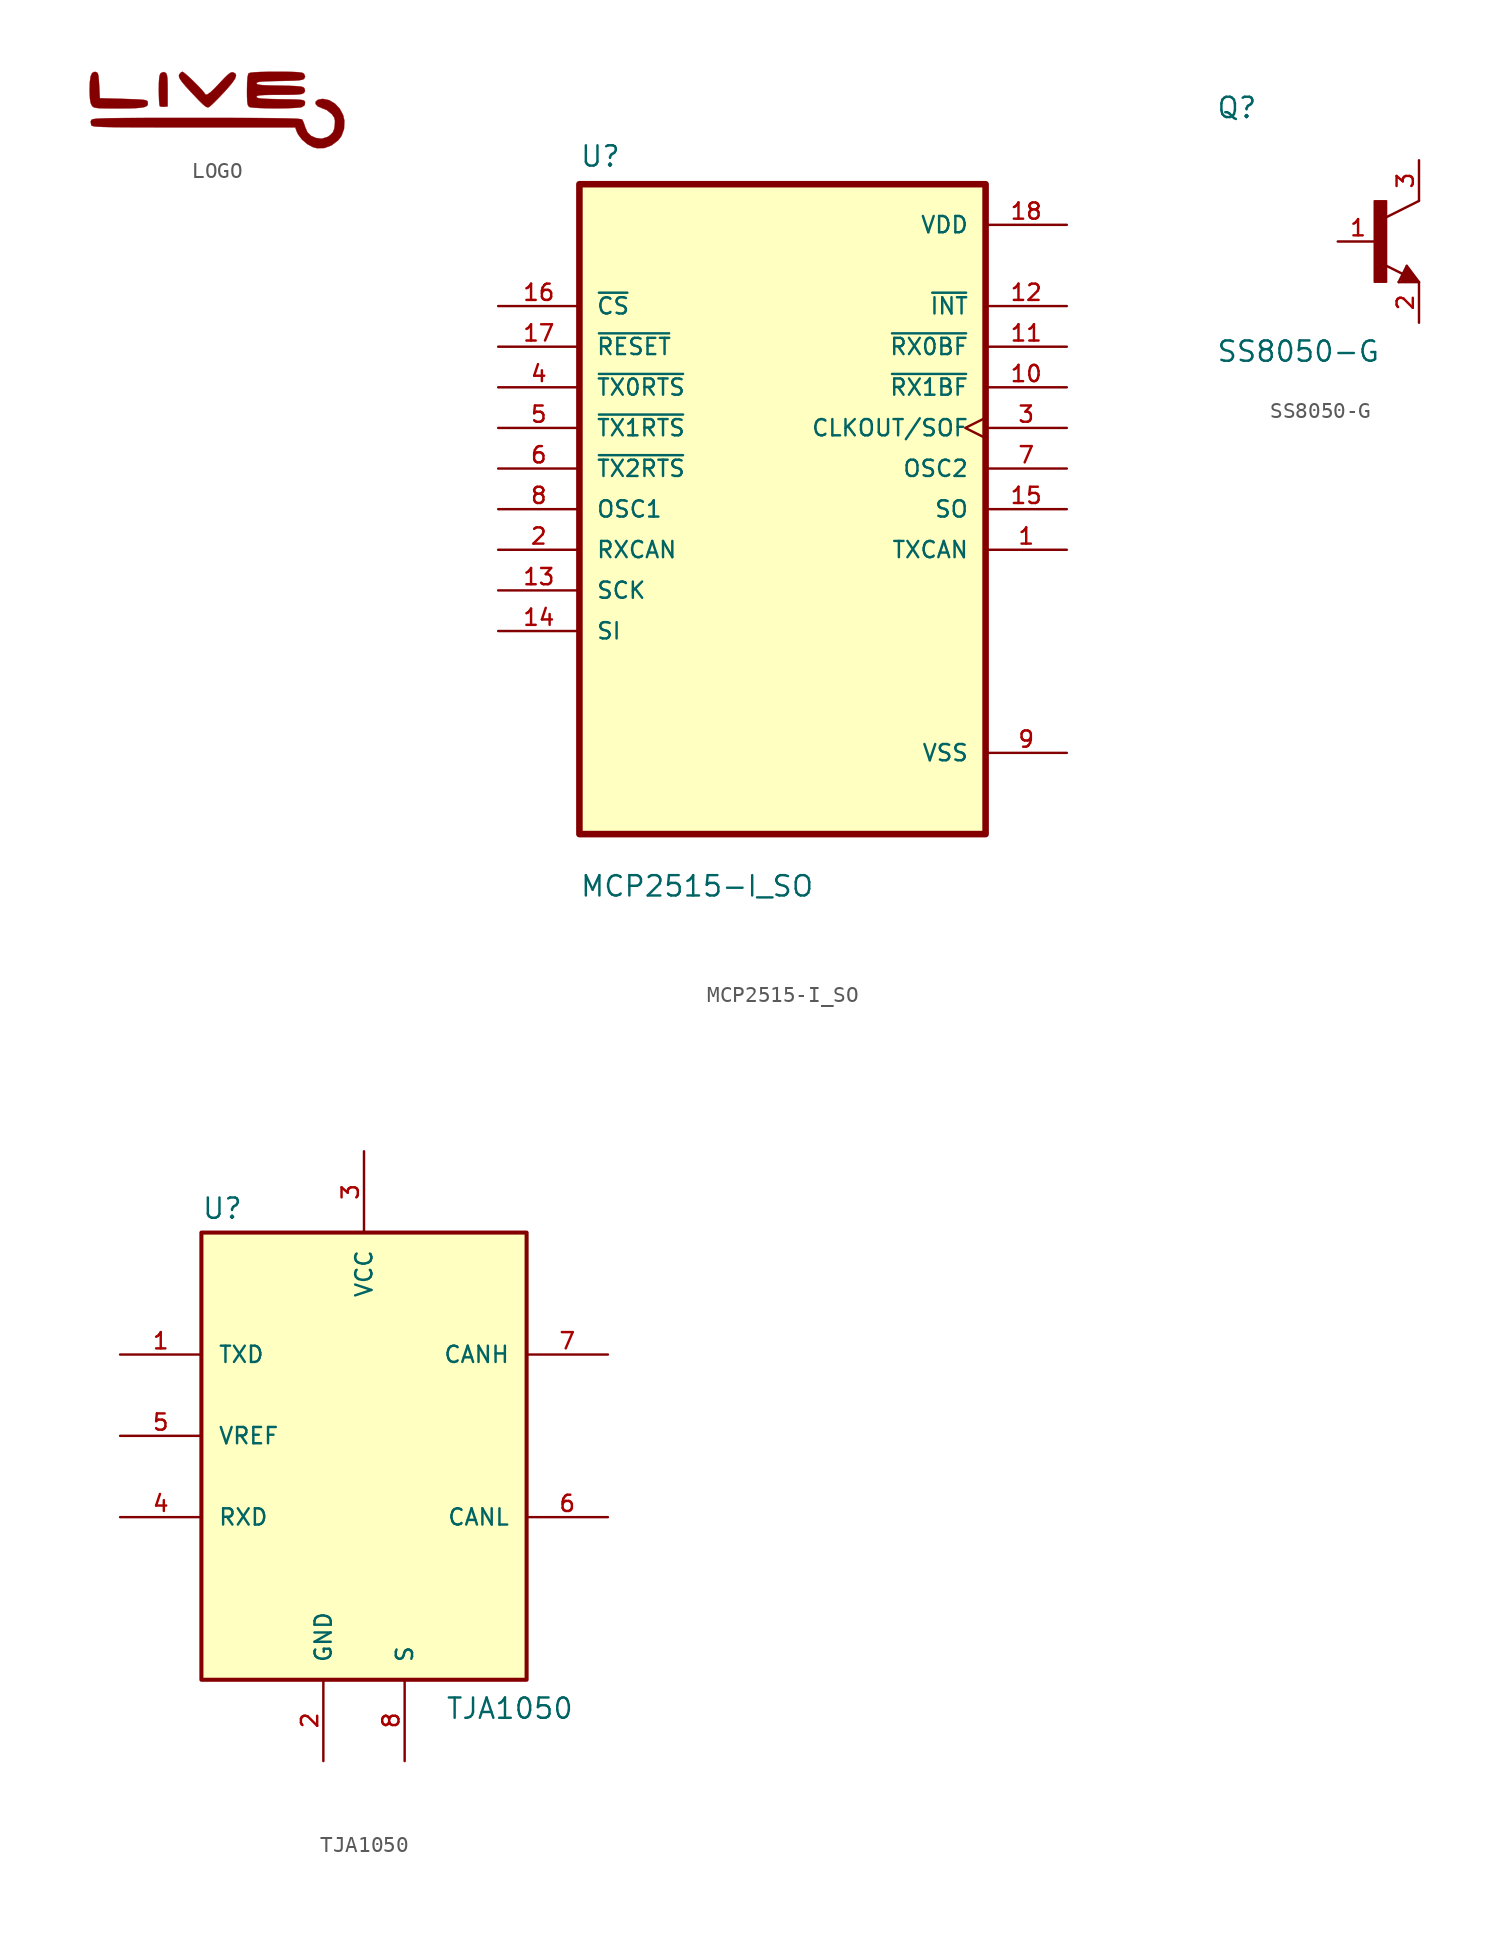
<source format=kicad_sym>
(kicad_symbol_lib
  (version 20231120)
  (generator "kicad_symbol_editor")
  (generator_version "8.0")
  (symbol "LOGO"
    (pin_names
      (offset 1.016))
    (property "Reference" "#G"
      (at 0 7.832 0)
      (effects (font (size 1.27 1.27)) (hide yes)))
    (symbol "LOGO_0_0"
      (polyline (pts (xy -2.921 -0.635) (xy -2.921 0.372) (xy -2.924 0.771) (xy -2.935 1.085) (xy -2.96 1.287) (xy -3.001 1.404) (xy -3.062 1.468) (xy -3.175 1.511) (xy -3.337 1.445) (xy -3.367 1.415) (xy -3.418 1.306) (xy -3.45 1.118) (xy -3.467 0.821) (xy -3.471 0.385) (xy -3.467 0.049) (xy -3.455 -0.284) (xy -3.435 -0.52) (xy -3.411 -0.625) (xy -3.321 -0.658) (xy -3.136 -0.66) (xy -2.921 -0.635)) (stroke (width 0.01) (type default)) (fill (type outline)))
      (polyline (pts (xy -5.357 -0.758) (xy -4.891 -0.744) (xy -4.557 -0.715) (xy -4.335 -0.667) (xy -4.208 -0.598) (xy -4.156 -0.502) (xy -4.162 -0.375) (xy -4.175 -0.331) (xy -4.219 -0.283) (xy -4.314 -0.247) (xy -4.483 -0.222) (xy -4.75 -0.202) (xy -5.139 -0.186) (xy -5.674 -0.169) (xy -7.154 -0.127) (xy -7.197 0.676) (xy -7.212 0.94) (xy -7.237 1.225) (xy -7.272 1.393) (xy -7.325 1.478) (xy -7.403 1.511) (xy -7.512 1.515) (xy -7.642 1.436) (xy -7.728 1.239) (xy -7.775 0.908) (xy -7.789 0.426) (xy -7.787 0.209) (xy -7.769 -0.166) (xy -7.727 -0.417) (xy -7.657 -0.574) (xy -7.648 -0.587) (xy -7.594 -0.65) (xy -7.52 -0.696) (xy -7.402 -0.727) (xy -7.213 -0.747) (xy -6.93 -0.757) (xy -6.527 -0.761) (xy -5.98 -0.762) (xy -5.973 -0.762) (xy -5.357 -0.758)) (stroke (width 0.01) (type default)) (fill (type outline)))
      (polyline (pts (xy -0.34 -0.678) (xy -0.327 -0.67) (xy -0.197 -0.56) (xy 0.016 -0.356) (xy 0.284 -0.084) (xy 0.583 0.231) (xy 0.807 0.477) (xy 1.104 0.83) (xy 1.283 1.093) (xy 1.349 1.281) (xy 1.311 1.407) (xy 1.173 1.486) (xy 1.099 1.495) (xy 0.987 1.455) (xy 0.835 1.341) (xy 0.62 1.133) (xy 0.319 0.814) (xy 0.028 0.507) (xy -0.237 0.254) (xy -0.423 0.118) (xy -0.542 0.092) (xy -0.607 0.164) (xy -0.642 0.222) (xy -0.778 0.385) (xy -0.985 0.607) (xy -1.232 0.856) (xy -1.487 1.103) (xy -1.721 1.317) (xy -1.901 1.467) (xy -1.996 1.524) (xy -2.081 1.492) (xy -2.199 1.36) (xy -2.214 1.322) (xy -2.212 1.216) (xy -2.149 1.074) (xy -2.013 0.878) (xy -1.79 0.613) (xy -1.47 0.263) (xy -1.04 -0.189) (xy -0.97 -0.263) (xy -0.722 -0.507) (xy -0.551 -0.646) (xy -0.433 -0.697) (xy -0.34 -0.678)) (stroke (width 0.01) (type default)) (fill (type outline)))
      (polyline (pts (xy 6.859 -3.236) (xy 7.308 -3.069) (xy 7.723 -2.752) (xy 7.928 -2.484) (xy 8.089 -2.039) (xy 8.108 -1.518) (xy 8.031 -1.179) (xy 7.823 -0.787) (xy 7.522 -0.466) (xy 7.16 -0.249) (xy 6.769 -0.17) (xy 6.748 -0.17) (xy 6.465 -0.22) (xy 6.319 -0.337) (xy 6.314 -0.486) (xy 6.45 -0.636) (xy 6.731 -0.753) (xy 7 -0.857) (xy 7.324 -1.117) (xy 7.356 -1.155) (xy 7.48 -1.341) (xy 7.525 -1.534) (xy 7.513 -1.812) (xy 7.481 -2.034) (xy 7.396 -2.254) (xy 7.237 -2.422) (xy 7.053 -2.546) (xy 6.696 -2.656) (xy 6.315 -2.604) (xy 6.036 -2.478) (xy 5.804 -2.254) (xy 5.657 -1.912) (xy 5.635 -1.837) (xy 5.551 -1.605) (xy 5.478 -1.46) (xy 5.465 -1.451) (xy 5.386 -1.432) (xy 5.232 -1.415) (xy 4.992 -1.401) (xy 4.659 -1.389) (xy 4.221 -1.379) (xy 3.671 -1.371) (xy 2.998 -1.365) (xy 2.193 -1.36) (xy 1.247 -1.357) (xy 0.15 -1.355) (xy -1.107 -1.355) (xy -1.265 -1.355) (xy -2.451 -1.355) (xy -3.481 -1.356) (xy -4.365 -1.357) (xy -5.115 -1.36) (xy -5.741 -1.364) (xy -6.256 -1.37) (xy -6.67 -1.377) (xy -6.995 -1.387) (xy -7.242 -1.398) (xy -7.421 -1.413) (xy -7.545 -1.43) (xy -7.624 -1.45) (xy -7.67 -1.474) (xy -7.693 -1.501) (xy -7.724 -1.58) (xy -7.694 -1.797) (xy -7.693 -1.8) (xy -7.669 -1.828) (xy -7.624 -1.852) (xy -7.546 -1.873) (xy -7.424 -1.89) (xy -7.247 -1.905) (xy -7.004 -1.917) (xy -6.682 -1.926) (xy -6.271 -1.933) (xy -5.758 -1.939) (xy -5.134 -1.942) (xy -4.386 -1.945) (xy -3.502 -1.946) (xy -2.472 -1.947) (xy -1.284 -1.947) (xy 5.046 -1.947) (xy 5.147 -2.226) (xy 5.214 -2.371) (xy 5.459 -2.699) (xy 5.789 -2.986) (xy 6.149 -3.18) (xy 6.399 -3.245) (xy 6.859 -3.236)) (stroke (width 0.01) (type default)) (fill (type outline)))
      (polyline (pts (xy 4.162 -0.756) (xy 4.61 -0.748) (xy 4.999 -0.732) (xy 5.294 -0.708) (xy 5.461 -0.677) (xy 5.464 -0.676) (xy 5.629 -0.568) (xy 5.657 -0.402) (xy 5.655 -0.386) (xy 5.638 -0.322) (xy 5.593 -0.275) (xy 5.497 -0.243) (xy 5.326 -0.221) (xy 5.056 -0.207) (xy 4.665 -0.197) (xy 4.128 -0.189) (xy 3.581 -0.178) (xy 3.18 -0.165) (xy 2.905 -0.146) (xy 2.735 -0.121) (xy 2.649 -0.086) (xy 2.625 -0.04) (xy 2.643 0.002) (xy 2.719 0.037) (xy 2.876 0.061) (xy 3.136 0.075) (xy 3.521 0.083) (xy 4.054 0.085) (xy 4.505 0.086) (xy 4.923 0.093) (xy 5.217 0.108) (xy 5.411 0.132) (xy 5.528 0.168) (xy 5.594 0.219) (xy 5.655 0.327) (xy 5.616 0.494) (xy 5.615 0.496) (xy 5.56 0.548) (xy 5.457 0.587) (xy 5.281 0.614) (xy 5.008 0.634) (xy 4.615 0.648) (xy 4.076 0.658) (xy 3.627 0.667) (xy 3.209 0.68) (xy 2.921 0.698) (xy 2.742 0.724) (xy 2.65 0.758) (xy 2.625 0.804) (xy 2.641 0.843) (xy 2.719 0.879) (xy 2.879 0.906) (xy 3.145 0.926) (xy 3.537 0.94) (xy 4.076 0.951) (xy 4.099 0.951) (xy 4.632 0.962) (xy 5.02 0.975) (xy 5.289 0.995) (xy 5.462 1.023) (xy 5.563 1.062) (xy 5.616 1.115) (xy 5.659 1.227) (xy 5.594 1.39) (xy 5.58 1.405) (xy 5.506 1.449) (xy 5.378 1.48) (xy 5.172 1.502) (xy 4.866 1.516) (xy 4.436 1.522) (xy 3.859 1.524) (xy 3.342 1.522) (xy 2.83 1.511) (xy 2.465 1.491) (xy 2.237 1.462) (xy 2.134 1.422) (xy 2.12 1.404) (xy 2.071 1.22) (xy 2.042 0.874) (xy 2.032 0.368) (xy 2.034 -0.011) (xy 2.046 -0.312) (xy 2.071 -0.501) (xy 2.115 -0.611) (xy 2.18 -0.671) (xy 2.246 -0.691) (xy 2.471 -0.718) (xy 2.81 -0.738) (xy 3.227 -0.751) (xy 3.69 -0.758) (xy 4.162 -0.756)) (stroke (width 0.01) (type default)) (fill (type outline)))))
  (symbol "MCP2515-I_SO"
    (pin_names
      (offset 1.016))
    (property "Reference" "U"
      (at -12.7 21.32 0)
      (effects (font (size 1.27 1.27)) (justify left bottom)))
    (property "Value" "MCP2515-I_SO"
      (at -12.7 -24.32 0)
      (effects (font (size 1.27 1.27)) (justify left bottom)))
    (symbol "MCP2515-I_SO_0_0"
      (rectangle (start -12.7 -20.32) (end 12.7 20.32) (stroke (width 0.41) (type default)) (fill (type background)))
      (pin output line (at 17.78 -2.54 180) (length 5.08) (name "TXCAN" (effects (font (size 1.016 1.016)))) (number "1" (effects (font (size 1.016 1.016)))))
      (pin output line (at 17.78 7.62 180) (length 5.08) (name "~{RX1BF}" (effects (font (size 1.016 1.016)))) (number "10" (effects (font (size 1.016 1.016)))))
      (pin output line (at 17.78 10.16 180) (length 5.08) (name "~{RX0BF}" (effects (font (size 1.016 1.016)))) (number "11" (effects (font (size 1.016 1.016)))))
      (pin output line (at 17.78 12.7 180) (length 5.08) (name "~{INT}" (effects (font (size 1.016 1.016)))) (number "12" (effects (font (size 1.016 1.016)))))
      (pin input line (at -17.78 -5.08 0) (length 5.08) (name "SCK" (effects (font (size 1.016 1.016)))) (number "13" (effects (font (size 1.016 1.016)))))
      (pin input line (at -17.78 -7.62 0) (length 5.08) (name "SI" (effects (font (size 1.016 1.016)))) (number "14" (effects (font (size 1.016 1.016)))))
      (pin output line (at 17.78 0 180) (length 5.08) (name "SO" (effects (font (size 1.016 1.016)))) (number "15" (effects (font (size 1.016 1.016)))))
      (pin input line (at -17.78 12.7 0) (length 5.08) (name "~{CS}" (effects (font (size 1.016 1.016)))) (number "16" (effects (font (size 1.016 1.016)))))
      (pin input line (at -17.78 10.16 0) (length 5.08) (name "~{RESET}" (effects (font (size 1.016 1.016)))) (number "17" (effects (font (size 1.016 1.016)))))
      (pin power_in line (at 17.78 17.78 180) (length 5.08) (name "VDD" (effects (font (size 1.016 1.016)))) (number "18" (effects (font (size 1.016 1.016)))))
      (pin input line (at -17.78 -2.54 0) (length 5.08) (name "RXCAN" (effects (font (size 1.016 1.016)))) (number "2" (effects (font (size 1.016 1.016)))))
      (pin output clock (at 17.78 5.08 180) (length 5.08) (name "CLKOUT/SOF" (effects (font (size 1.016 1.016)))) (number "3" (effects (font (size 1.016 1.016)))))
      (pin input line (at -17.78 7.62 0) (length 5.08) (name "~{TX0RTS}" (effects (font (size 1.016 1.016)))) (number "4" (effects (font (size 1.016 1.016)))))
      (pin input line (at -17.78 5.08 0) (length 5.08) (name "~{TX1RTS}" (effects (font (size 1.016 1.016)))) (number "5" (effects (font (size 1.016 1.016)))))
      (pin input line (at -17.78 2.54 0) (length 5.08) (name "~{TX2RTS}" (effects (font (size 1.016 1.016)))) (number "6" (effects (font (size 1.016 1.016)))))
      (pin output line (at 17.78 2.54 180) (length 5.08) (name "OSC2" (effects (font (size 1.016 1.016)))) (number "7" (effects (font (size 1.016 1.016)))))
      (pin input line (at -17.78 0 0) (length 5.08) (name "OSC1" (effects (font (size 1.016 1.016)))) (number "8" (effects (font (size 1.016 1.016)))))
      (pin power_in line (at 17.78 -15.24 180) (length 5.08) (name "VSS" (effects (font (size 1.016 1.016)))) (number "9" (effects (font (size 1.016 1.016)))))))
  (symbol "SS8050-G"
    (pin_names
      (offset 1.016))
    (property "Reference" "Q"
      (at -10.16 7.62 0)
      (effects (font (size 1.27 1.27)) (justify left bottom)))
    (property "Value" "SS8050-G"
      (at -10.16 -7.62 0)
      (effects (font (size 1.27 1.27)) (justify left bottom)))
    (symbol "SS8050-G_0_0"
      (rectangle (start -0.254 -2.54) (end 0.508 2.54) (stroke (width 0.1) (type default)) (fill (type outline)))
      (polyline (pts (xy 1.27 -2.54) (xy 1.778 -1.524)) (stroke (width 0.152) (type default)) (fill (type none)))
      (polyline (pts (xy 1.524 -2.413) (xy 2.286 -2.413)) (stroke (width 0.254) (type default)) (fill (type none)))
      (polyline (pts (xy 1.524 -2.286) (xy 1.905 -2.286)) (stroke (width 0.254) (type default)) (fill (type none)))
      (polyline (pts (xy 1.54 -2.04) (xy 0.308 -1.424)) (stroke (width 0.152) (type default)) (fill (type none)))
      (polyline (pts (xy 1.778 -1.778) (xy 1.524 -2.286)) (stroke (width 0.254) (type default)) (fill (type none)))
      (polyline (pts (xy 1.778 -1.524) (xy 2.54 -2.54)) (stroke (width 0.152) (type default)) (fill (type none)))
      (polyline (pts (xy 1.905 -2.286) (xy 1.778 -2.032)) (stroke (width 0.254) (type default)) (fill (type none)))
      (polyline (pts (xy 2.286 -2.413) (xy 1.778 -1.778)) (stroke (width 0.254) (type default)) (fill (type none)))
      (polyline (pts (xy 2.54 -2.54) (xy 1.27 -2.54)) (stroke (width 0.152) (type default)) (fill (type none)))
      (polyline (pts (xy 2.54 2.54) (xy 0.508 1.524)) (stroke (width 0.152) (type default)) (fill (type none)))
      (pin passive line (at -2.54 0 0) (length 2.54) (name "~" (effects (font (size 1.016 1.016)))) (number "1" (effects (font (size 1.016 1.016)))))
      (pin passive line (at 2.54 -5.08 90) (length 2.54) (name "~" (effects (font (size 1.016 1.016)))) (number "2" (effects (font (size 1.016 1.016)))))
      (pin passive line (at 2.54 5.08 270) (length 2.54) (name "~" (effects (font (size 1.016 1.016)))) (number "3" (effects (font (size 1.016 1.016)))))))
  (symbol "TJA1050"
    (pin_names
      (offset 1.016))
    (property "Reference" "U"
      (at -10.16 13.462 0)
      (effects (font (size 1.27 1.27)) (justify left bottom)))
    (property "Value" "TJA1050"
      (at 5.08 -17.78 0)
      (effects (font (size 1.27 1.27)) (justify left bottom)))
    (symbol "TJA1050_0_0"
      (rectangle (start -10.16 -15.24) (end 10.16 12.7) (stroke (width 0.254) (type default)) (fill (type background)))
      (pin bidirectional line (at -15.24 5.08 0) (length 5.08) (name "TXD" (effects (font (size 1.016 1.016)))) (number "1" (effects (font (size 1.016 1.016)))))
      (pin bidirectional line (at -2.54 -20.32 90) (length 5.08) (name "GND" (effects (font (size 1.016 1.016)))) (number "2" (effects (font (size 1.016 1.016)))))
      (pin bidirectional line (at 0 17.78 270) (length 5.08) (name "VCC" (effects (font (size 1.016 1.016)))) (number "3" (effects (font (size 1.016 1.016)))))
      (pin bidirectional line (at -15.24 -5.08 0) (length 5.08) (name "RXD" (effects (font (size 1.016 1.016)))) (number "4" (effects (font (size 1.016 1.016)))))
      (pin bidirectional line (at -15.24 0 0) (length 5.08) (name "VREF" (effects (font (size 1.016 1.016)))) (number "5" (effects (font (size 1.016 1.016)))))
      (pin bidirectional line (at 15.24 -5.08 180) (length 5.08) (name "CANL" (effects (font (size 1.016 1.016)))) (number "6" (effects (font (size 1.016 1.016)))))
      (pin bidirectional line (at 15.24 5.08 180) (length 5.08) (name "CANH" (effects (font (size 1.016 1.016)))) (number "7" (effects (font (size 1.016 1.016)))))
      (pin bidirectional line (at 2.54 -20.32 90) (length 5.08) (name "S" (effects (font (size 1.016 1.016)))) (number "8" (effects (font (size 1.016 1.016))))))))
</source>
